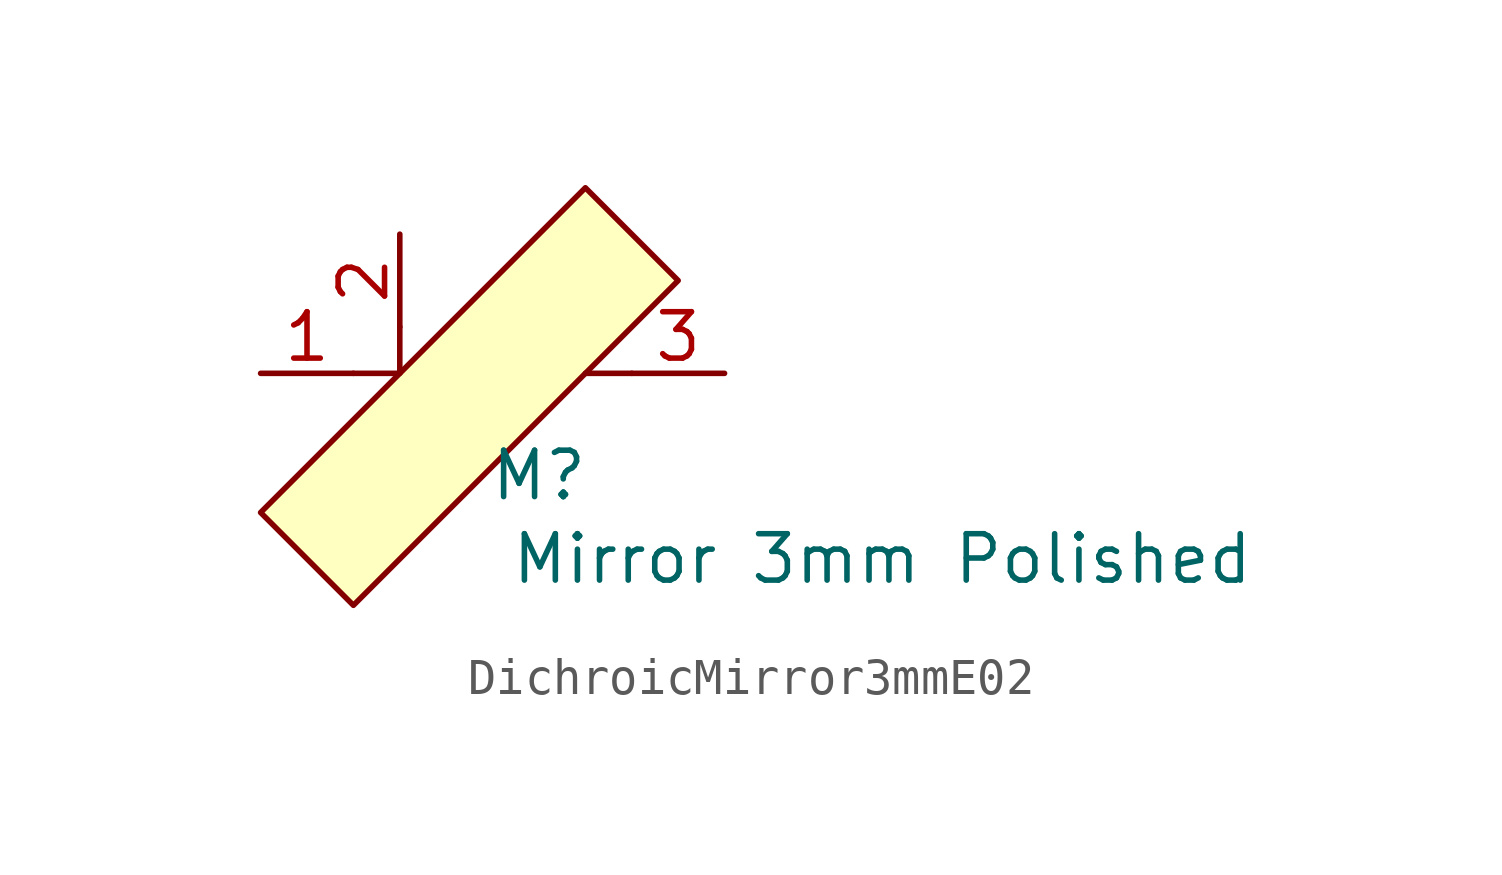
<source format=kicad_sym>
(kicad_symbol_lib
  (version 20241209)
  (generator "kicad_symbol_editor")
  (generator_version "9.0")
  (symbol "DichroicMirror3mmE02"
    (property "Reference" "M"
      (at 3.81 -2.794 0)
      (effects (font (size 1.27 1.27))))
    (property "Value" "Mirror 3mm Polished"
      (at 13.208 -5.08 0)
      (effects (font (size 1.27 1.27))))
    (symbol "DichroicMirror3mmE02_0_1"
      (polyline (pts (xy -1.27 0) (xy 0 0) (xy 0 1.27)) (stroke (width 0) (type default)) (fill (type none)))
      (polyline (pts (xy 6.35 0) (xy 5.08 0)) (stroke (width 0) (type default)) (fill (type none))))
    (symbol "DichroicMirror3mmE02_1_1"
      (polyline (pts (xy 0 0) (xy 5.08 5.08) (xy 7.62 2.54) (xy -1.27 -6.35) (xy -3.81 -3.81) (xy 0 0)) (stroke (width 0) (type default)) (fill (type background)))
      (pin passive line (at -3.81 0 0) (length 2.54) (name "Out" (effects (font (size 0 0)))) (number "1" (effects (font (size 1.27 1.27)))))
      (pin passive line (at 0 3.81 270) (length 2.54) (name "In" (effects (font (size 0 0)))) (number "2" (effects (font (size 1.27 1.27)))))
      (pin passive line (at 8.89 0 180) (length 2.54) (name "Leak" (effects (font (size 0 0)))) (number "3" (effects (font (size 1.27 1.27))))))))
</source>
